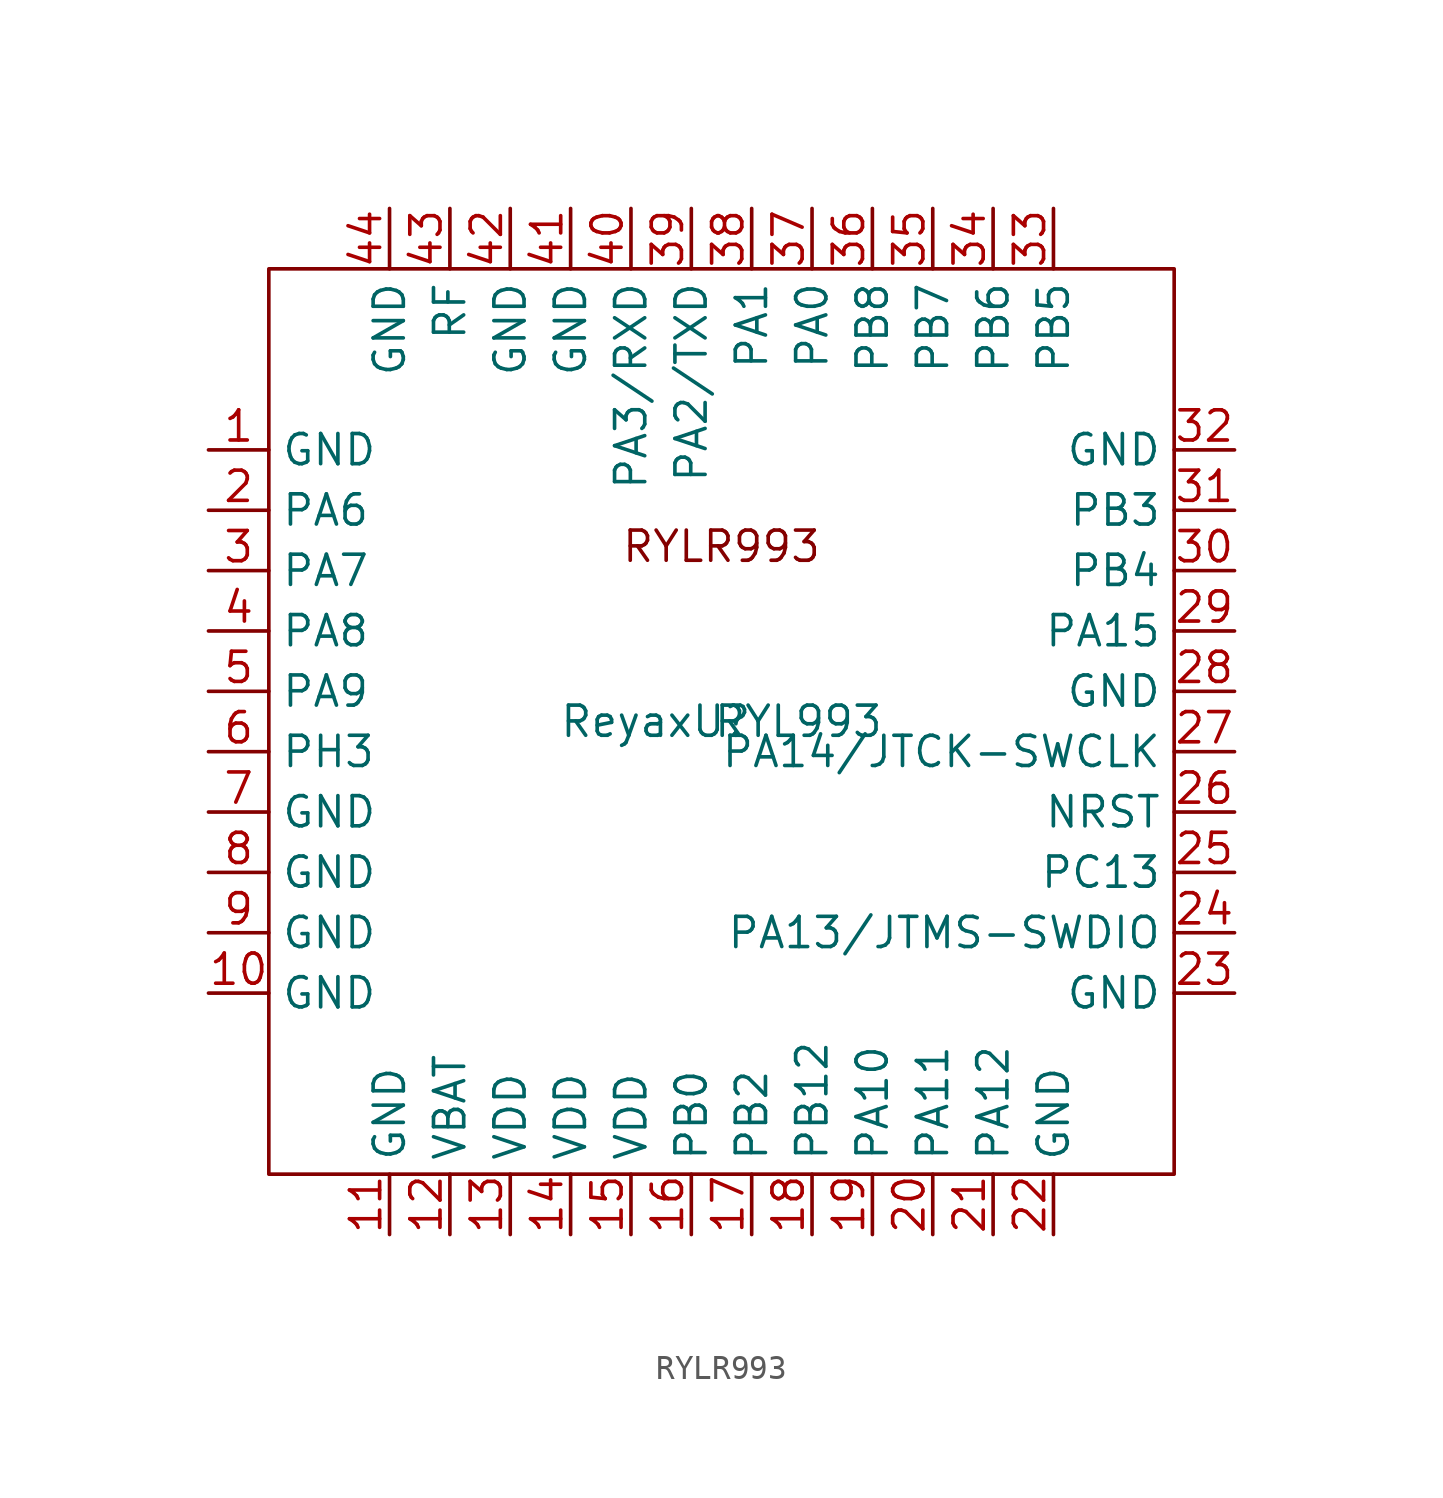
<source format=kicad_sym>
(kicad_symbol_lib
  (version 20241209)
  (generator "kicad_symbol_editor")
  (generator_version "9.0")
  (symbol "RYLR993"
    (property "Reference" "U"
      (at 0 0 0)
      (effects (font (size 1.27 1.27))))
    (property "Value" "Reyax RYL993"
      (at 0 0 0)
      (effects (font (size 1.27 1.27))))
    (symbol "RYLR993_0_1"
      (rectangle (start -19.05 19.05) (end 19.05 -19.05) (stroke (width 0) (type default)) (fill (type none))))
    (symbol "RYLR993_1_1"
      (text "RYLR993" (at 0 7.366 0) (effects (font (size 1.27 1.27))))
      (pin power_in line (at -21.59 11.43 0) (length 2.54) (name "GND" (effects (font (size 1.27 1.27)))) (number "1" (effects (font (size 1.27 1.27)))))
      (pin bidirectional line (at -21.59 8.89 0) (length 2.54) (name "PA6" (effects (font (size 1.27 1.27)))) (number "2" (effects (font (size 1.27 1.27)))))
      (pin bidirectional line (at -21.59 6.35 0) (length 2.54) (name "PA7" (effects (font (size 1.27 1.27)))) (number "3" (effects (font (size 1.27 1.27)))))
      (pin bidirectional line (at -21.59 3.81 0) (length 2.54) (name "PA8" (effects (font (size 1.27 1.27)))) (number "4" (effects (font (size 1.27 1.27)))))
      (pin bidirectional line (at -21.59 1.27 0) (length 2.54) (name "PA9" (effects (font (size 1.27 1.27)))) (number "5" (effects (font (size 1.27 1.27)))))
      (pin input line (at -21.59 -1.27 0) (length 2.54) (name "PH3" (effects (font (size 1.27 1.27)))) (number "6" (effects (font (size 1.27 1.27)))))
      (pin power_in line (at -21.59 -3.81 0) (length 2.54) (name "GND" (effects (font (size 1.27 1.27)))) (number "7" (effects (font (size 1.27 1.27)))))
      (pin power_in line (at -21.59 -6.35 0) (length 2.54) (name "GND" (effects (font (size 1.27 1.27)))) (number "8" (effects (font (size 1.27 1.27)))))
      (pin power_in line (at -21.59 -8.89 0) (length 2.54) (name "GND" (effects (font (size 1.27 1.27)))) (number "9" (effects (font (size 1.27 1.27)))))
      (pin power_in line (at -21.59 -11.43 0) (length 2.54) (name "GND" (effects (font (size 1.27 1.27)))) (number "10" (effects (font (size 1.27 1.27)))))
      (pin power_in line (at -13.97 21.59 270) (length 2.54) (name "GND" (effects (font (size 1.27 1.27)))) (number "44" (effects (font (size 1.27 1.27)))))
      (pin power_in line (at -13.97 -21.59 90) (length 2.54) (name "GND" (effects (font (size 1.27 1.27)))) (number "11" (effects (font (size 1.27 1.27)))))
      (pin bidirectional line (at -11.43 21.59 270) (length 2.54) (name "RF" (effects (font (size 1.27 1.27)))) (number "43" (effects (font (size 1.27 1.27)))))
      (pin power_in line (at -11.43 -21.59 90) (length 2.54) (name "VBAT" (effects (font (size 1.27 1.27)))) (number "12" (effects (font (size 1.27 1.27)))))
      (pin power_in line (at -8.89 21.59 270) (length 2.54) (name "GND" (effects (font (size 1.27 1.27)))) (number "42" (effects (font (size 1.27 1.27)))))
      (pin power_in line (at -8.89 -21.59 90) (length 2.54) (name "VDD" (effects (font (size 1.27 1.27)))) (number "13" (effects (font (size 1.27 1.27)))))
      (pin power_in line (at -6.35 21.59 270) (length 2.54) (name "GND" (effects (font (size 1.27 1.27)))) (number "41" (effects (font (size 1.27 1.27)))))
      (pin power_in line (at -6.35 -21.59 90) (length 2.54) (name "VDD" (effects (font (size 1.27 1.27)))) (number "14" (effects (font (size 1.27 1.27)))))
      (pin input line (at -3.81 21.59 270) (length 2.54) (name "PA3/RXD" (effects (font (size 1.27 1.27)))) (number "40" (effects (font (size 1.27 1.27)))))
      (pin power_in line (at -3.81 -21.59 90) (length 2.54) (name "VDD" (effects (font (size 1.27 1.27)))) (number "15" (effects (font (size 1.27 1.27)))))
      (pin output line (at -1.27 21.59 270) (length 2.54) (name "PA2/TXD" (effects (font (size 1.27 1.27)))) (number "39" (effects (font (size 1.27 1.27)))))
      (pin bidirectional line (at -1.27 -21.59 90) (length 2.54) (name "PB0" (effects (font (size 1.27 1.27)))) (number "16" (effects (font (size 1.27 1.27)))))
      (pin bidirectional line (at 1.27 21.59 270) (length 2.54) (name "PA1" (effects (font (size 1.27 1.27)))) (number "38" (effects (font (size 1.27 1.27)))))
      (pin bidirectional line (at 1.27 -21.59 90) (length 2.54) (name "PB2" (effects (font (size 1.27 1.27)))) (number "17" (effects (font (size 1.27 1.27)))))
      (pin bidirectional line (at 3.81 21.59 270) (length 2.54) (name "PA0" (effects (font (size 1.27 1.27)))) (number "37" (effects (font (size 1.27 1.27)))))
      (pin bidirectional line (at 3.81 -21.59 90) (length 2.54) (name "PB12" (effects (font (size 1.27 1.27)))) (number "18" (effects (font (size 1.27 1.27)))))
      (pin bidirectional line (at 6.35 21.59 270) (length 2.54) (name "PB8" (effects (font (size 1.27 1.27)))) (number "36" (effects (font (size 1.27 1.27)))))
      (pin output line (at 6.35 -21.59 90) (length 2.54) (name "PA10" (effects (font (size 1.27 1.27)))) (number "19" (effects (font (size 1.27 1.27)))))
      (pin bidirectional line (at 8.89 21.59 270) (length 2.54) (name "PB7" (effects (font (size 1.27 1.27)))) (number "35" (effects (font (size 1.27 1.27)))))
      (pin output line (at 8.89 -21.59 90) (length 2.54) (name "PA11" (effects (font (size 1.27 1.27)))) (number "20" (effects (font (size 1.27 1.27)))))
      (pin bidirectional line (at 11.43 21.59 270) (length 2.54) (name "PB6" (effects (font (size 1.27 1.27)))) (number "34" (effects (font (size 1.27 1.27)))))
      (pin output line (at 11.43 -21.59 90) (length 2.54) (name "PA12" (effects (font (size 1.27 1.27)))) (number "21" (effects (font (size 1.27 1.27)))))
      (pin bidirectional line (at 13.97 21.59 270) (length 2.54) (name "PB5" (effects (font (size 1.27 1.27)))) (number "33" (effects (font (size 1.27 1.27)))))
      (pin power_in line (at 13.97 -21.59 90) (length 2.54) (name "GND" (effects (font (size 1.27 1.27)))) (number "22" (effects (font (size 1.27 1.27)))))
      (pin power_in line (at 21.59 11.43 180) (length 2.54) (name "GND" (effects (font (size 1.27 1.27)))) (number "32" (effects (font (size 1.27 1.27)))))
      (pin bidirectional line (at 21.59 8.89 180) (length 2.54) (name "PB3" (effects (font (size 1.27 1.27)))) (number "31" (effects (font (size 1.27 1.27)))))
      (pin bidirectional line (at 21.59 6.35 180) (length 2.54) (name "PB4" (effects (font (size 1.27 1.27)))) (number "30" (effects (font (size 1.27 1.27)))))
      (pin bidirectional line (at 21.59 3.81 180) (length 2.54) (name "PA15" (effects (font (size 1.27 1.27)))) (number "29" (effects (font (size 1.27 1.27)))))
      (pin power_in line (at 21.59 1.27 180) (length 2.54) (name "GND" (effects (font (size 1.27 1.27)))) (number "28" (effects (font (size 1.27 1.27)))))
      (pin bidirectional line (at 21.59 -1.27 180) (length 2.54) (name "PA14/JTCK-SWCLK" (effects (font (size 1.27 1.27)))) (number "27" (effects (font (size 1.27 1.27)))))
      (pin input line (at 21.59 -3.81 180) (length 2.54) (name "NRST" (effects (font (size 1.27 1.27)))) (number "26" (effects (font (size 1.27 1.27)))))
      (pin bidirectional line (at 21.59 -6.35 180) (length 2.54) (name "PC13" (effects (font (size 1.27 1.27)))) (number "25" (effects (font (size 1.27 1.27)))))
      (pin bidirectional line (at 21.59 -8.89 180) (length 2.54) (name "PA13/JTMS-SWDIO" (effects (font (size 1.27 1.27)))) (number "24" (effects (font (size 1.27 1.27)))))
      (pin power_in line (at 21.59 -11.43 180) (length 2.54) (name "GND" (effects (font (size 1.27 1.27)))) (number "23" (effects (font (size 1.27 1.27))))))))
</source>
